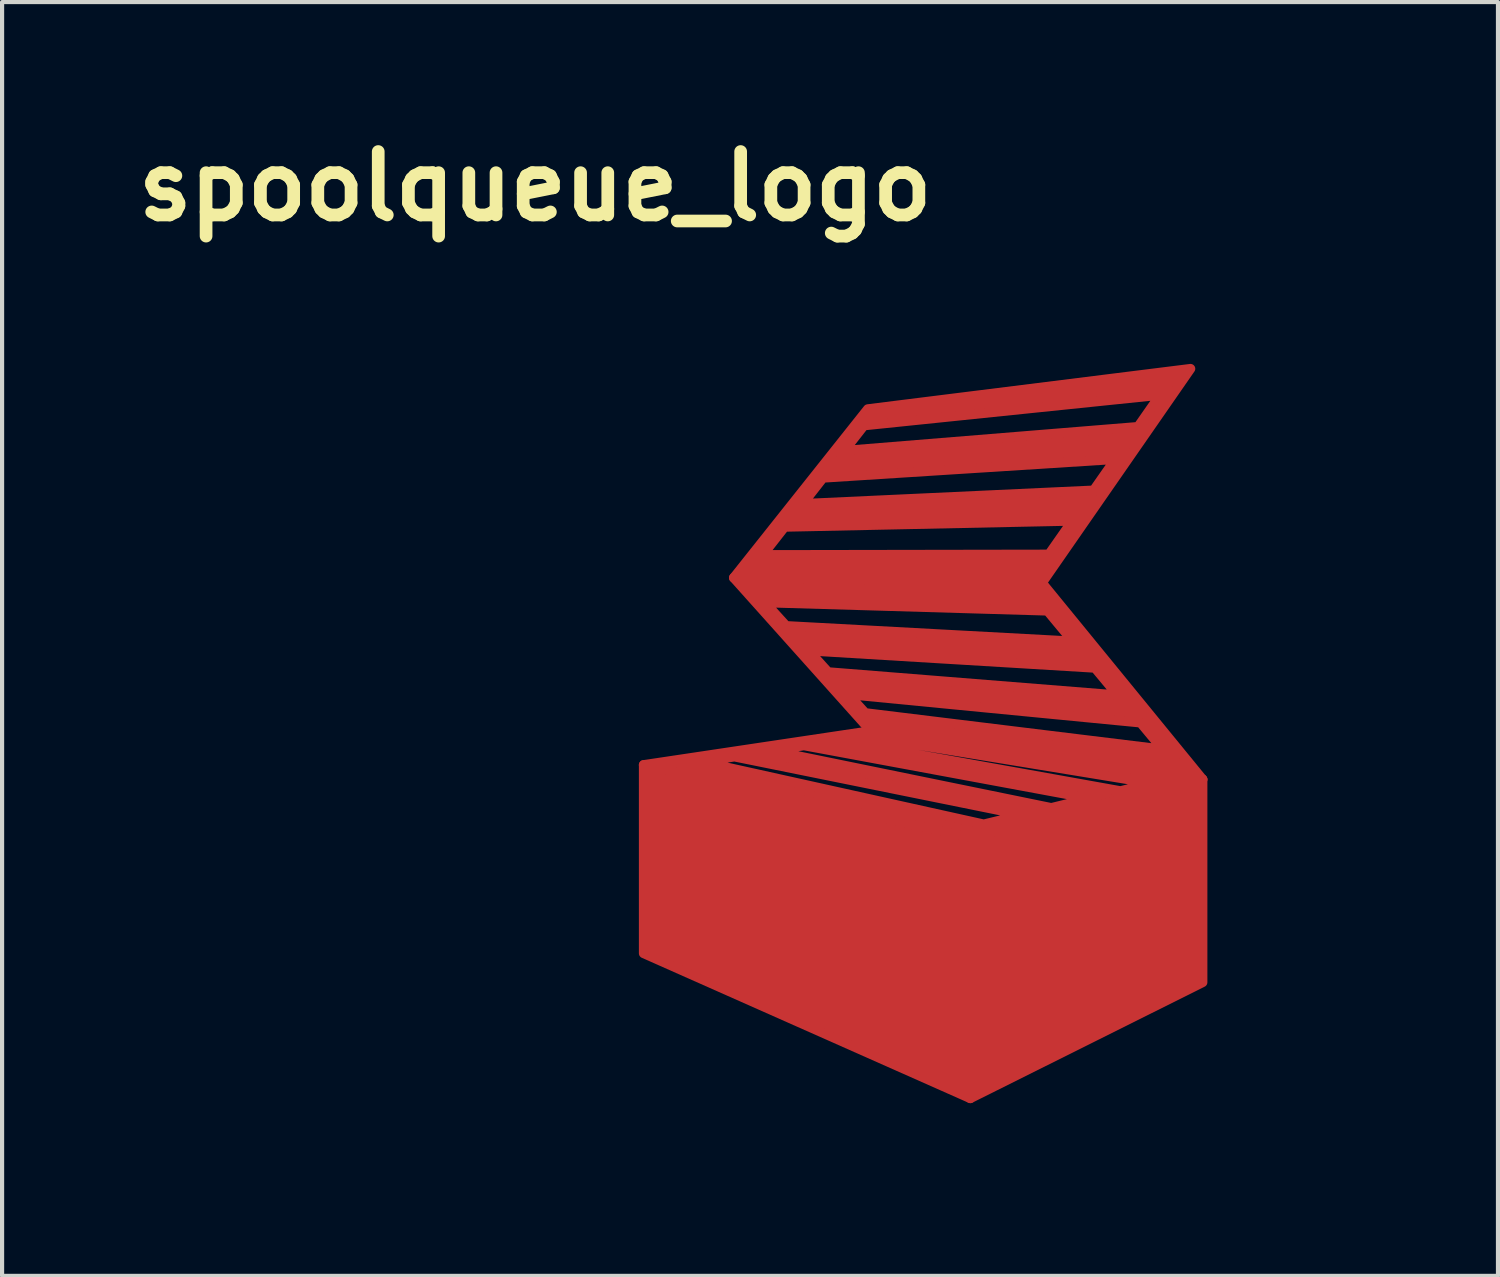
<source format=kicad_pcb>
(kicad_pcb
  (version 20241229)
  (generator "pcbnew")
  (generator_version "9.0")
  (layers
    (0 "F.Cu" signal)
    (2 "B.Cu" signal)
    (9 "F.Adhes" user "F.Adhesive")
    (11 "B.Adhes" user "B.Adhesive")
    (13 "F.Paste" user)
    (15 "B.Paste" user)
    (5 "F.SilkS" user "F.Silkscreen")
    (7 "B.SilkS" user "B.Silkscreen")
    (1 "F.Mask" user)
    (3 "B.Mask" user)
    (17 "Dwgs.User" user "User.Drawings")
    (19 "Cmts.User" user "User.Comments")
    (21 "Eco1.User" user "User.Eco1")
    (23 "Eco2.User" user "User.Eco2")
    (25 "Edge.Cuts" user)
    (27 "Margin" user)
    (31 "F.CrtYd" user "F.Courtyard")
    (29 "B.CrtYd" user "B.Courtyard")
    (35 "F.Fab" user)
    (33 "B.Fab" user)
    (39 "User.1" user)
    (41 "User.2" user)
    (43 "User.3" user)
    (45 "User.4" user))
  (footprint "spoolqueue_logo"
    (layer "F.Cu")
    (at 9.812 4.474)
    (property "Reference" "spoolqueue_logo" (at 0 -3.048 0) (layer "F.SilkS") (effects (font (size 1.524 1.524) (thickness 0.305))))
    (attr exclude_from_pos_files exclude_from_bom)
    (fp_poly (pts (xy 2.605 10.856) (xy 10.453 12.597) (xy 10.453 18.867) (xy 2.605 15.384) (xy 2.605 10.856)) (stroke (width 0.231) (type solid)) (fill yes) (layer "F.Cu"))
    (fp_poly (pts (xy 10.453 12.597) (xy 16.034 11.204) (xy 16.034 16.08) (xy 10.453 18.867) (xy 10.453 12.597)) (stroke (width 0.231) (type solid)) (fill yes) (layer "F.Cu"))
    (fp_poly (pts (xy 4.77 6.359) (xy 5.518 6.953) (xy 12.307 7.152) (xy 12.919 7.887) (xy 6.028 7.515) (xy 5.518 6.953) (xy 4.77 6.359) (xy 6.568 8.109) (xy 13.449 8.525) (xy 13.995 9.181) (xy 7.035 8.624) (xy 6.568 8.109) (xy 4.77 6.359) (xy 7.522 9.16) (xy 14.545 9.841) (xy 15.078 10.483) (xy 7.927 9.607) (xy 7.522 9.16) (xy 4.77 6.359) (xy 8.064 10.039) (xy 16.034 11.204) (xy 12.175 6.481) (xy 4.77 6.359)) (stroke (width 0.231) (type solid)) (fill yes) (layer "F.Cu"))
    (fp_poly (pts (xy 8.064 10.039) (xy 7.877 10.16) (xy 14.818 11.298) (xy 14.061 11.483) (xy 7.247 10.261) (xy 7.877 10.16) (xy 8.064 10.039) (xy 6.454 10.388) (xy 13.323 11.662) (xy 12.399 11.888) (xy 5.678 10.513) (xy 6.454 10.388) (xy 8.064 10.039) (xy 4.784 10.657) (xy 11.701 12.058) (xy 10.777 12.283) (xy 4.002 10.782) (xy 4.784 10.657) (xy 8.064 10.039) (xy 2.604 10.856) (xy 10.453 12.598) (xy 16.034 11.204) (xy 8.064 10.039)) (stroke (width 0.231) (type solid)) (fill yes) (layer "F.Cu"))
    (fp_poly (pts (xy 15.743 1.336) (xy 15.018 1.966) (xy 14.484 2.731) (xy 7.424 3.306) (xy 7.897 2.701) (xy 15.018 1.966) (xy 15.743 1.336) (xy 13.94 3.51) (xy 13.417 4.258) (xy 6.426 4.582) (xy 6.913 3.958) (xy 13.94 3.51) (xy 15.743 1.336) (xy 12.906 4.992) (xy 12.342 5.798) (xy 5.464 5.81) (xy 5.991 5.137) (xy 12.906 4.992) (xy 15.743 1.336) (xy 7.991 2.305) (xy 4.77 6.359) (xy 12.175 6.481) (xy 15.743 1.336)) (stroke (width 0.231) (type solid)) (fill yes) (layer "F.Cu"))
    (fp_poly (pts (xy 3 0) (xy 17 0) (xy 17.05 0.000409) (xy 17.1 0.002) (xy 17.15 0.004) (xy 17.2 0.006) (xy 17.249 0.01) (xy 17.298 0.015) (xy 17.347 0.02) (xy 17.396 0.026) (xy 17.444 0.032) (xy 17.493 0.04) (xy 17.541 0.048) (xy 17.588 0.057) (xy 17.636 0.067) (xy 17.683 0.077) (xy 17.73 0.089) (xy 17.776 0.101) (xy 17.822 0.113) (xy 17.868 0.127) (xy 17.914 0.141) (xy 17.959 0.155) (xy 18.004 0.171) (xy 18.049 0.187) (xy 18.093 0.204) (xy 18.137 0.221) (xy 18.181 0.24) (xy 18.224 0.258) (xy 18.267 0.278) (xy 18.309 0.298) (xy 18.352 0.319) (xy 18.393 0.34) (xy 18.435 0.362) (xy 18.476 0.385) (xy 18.516 0.408) (xy 18.557 0.432) (xy 18.596 0.457) (xy 18.636 0.482) (xy 18.675 0.508) (xy 18.713 0.534) (xy 18.751 0.561) (xy 18.789 0.588) (xy 18.826 0.616) (xy 18.863 0.645) (xy 18.899 0.674) (xy 18.935 0.704) (xy 18.97 0.734) (xy 19.005 0.765) (xy 19.04 0.796) (xy 19.073 0.828) (xy 19.107 0.86) (xy 19.14 0.893) (xy 19.172 0.927) (xy 19.204 0.96) (xy 19.235 0.995) (xy 19.266 1.03) (xy 19.296 1.065) (xy 19.326 1.101) (xy 19.355 1.137) (xy 19.384 1.174) (xy 19.412 1.211) (xy 19.439 1.249) (xy 19.466 1.287) (xy 19.492 1.325) (xy 19.518 1.364) (xy 19.543 1.404) (xy 19.568 1.443) (xy 19.592 1.484) (xy 19.615 1.524) (xy 19.638 1.565) (xy 19.66 1.607) (xy 19.681 1.648) (xy 19.702 1.691) (xy 19.722 1.733) (xy 19.742 1.776) (xy 19.76 1.819) (xy 19.779 1.863) (xy 19.796 1.907) (xy 19.813 1.951) (xy 19.829 1.996) (xy 19.845 2.041) (xy 19.859 2.086) (xy 19.873 2.132) (xy 19.887 2.178) (xy 19.899 2.224) (xy 19.911 2.27) (xy 19.923 2.317) (xy 19.933 2.364) (xy 19.943 2.412) (xy 19.952 2.459) (xy 19.96 2.507) (xy 19.968 2.556) (xy 19.974 2.604) (xy 19.98 2.653) (xy 19.985 2.702) (xy 19.99 2.751) (xy 19.994 2.8) (xy 19.996 2.85) (xy 19.998 2.9) (xy 20 2.95) (xy 20 3) (xy 20 17) (xy 20 17.05) (xy 19.998 17.1) (xy 19.996 17.15) (xy 19.994 17.2) (xy 19.99 17.249) (xy 19.985 17.298) (xy 19.98 17.347) (xy 19.974 17.396) (xy 19.968 17.444) (xy 19.96 17.493) (xy 19.952 17.541) (xy 19.943 17.588) (xy 19.933 17.636) (xy 19.923 17.683) (xy 19.911 17.73) (xy 19.899 17.776) (xy 19.887 17.822) (xy 19.873 17.868) (xy 19.859 17.914) (xy 19.845 17.959) (xy 19.829 18.004) (xy 19.813 18.049) (xy 19.796 18.093) (xy 19.779 18.137) (xy 19.76 18.181) (xy 19.742 18.224) (xy 19.722 18.267) (xy 19.702 18.309) (xy 19.681 18.352) (xy 19.66 18.393) (xy 19.638 18.435) (xy 19.615 18.476) (xy 19.592 18.516) (xy 19.568 18.557) (xy 19.543 18.596) (xy 19.518 18.636) (xy 19.492 18.675) (xy 19.466 18.713) (xy 19.439 18.751) (xy 19.412 18.789) (xy 19.384 18.826) (xy 19.355 18.863) (xy 19.326 18.899) (xy 19.296 18.935) (xy 19.266 18.97) (xy 19.235 19.005) (xy 19.204 19.04) (xy 19.172 19.073) (xy 19.14 19.107) (xy 19.107 19.14) (xy 19.073 19.172) (xy 19.04 19.204) (xy 19.005 19.235) (xy 18.97 19.266) (xy 18.935 19.296) (xy 18.899 19.326) (xy 18.863 19.355) (xy 18.826 19.384) (xy 18.789 19.412) (xy 18.751 19.439) (xy 18.713 19.466) (xy 18.675 19.492) (xy 18.636 19.518) (xy 18.596 19.543) (xy 18.557 19.568) (xy 18.516 19.592) (xy 18.476 19.615) (xy 18.435 19.638) (xy 18.393 19.66) (xy 18.352 19.681) (xy 18.309 19.702) (xy 18.267 19.722) (xy 18.224 19.742) (xy 18.181 19.76) (xy 18.137 19.779) (xy 18.093 19.796) (xy 18.049 19.813) (xy 18.004 19.829) (xy 17.959 19.845) (xy 17.914 19.859) (xy 17.868 19.873) (xy 17.822 19.887) (xy 17.776 19.899) (xy 17.73 19.911) (xy 17.683 19.923) (xy 17.636 19.933) (xy 17.588 19.943) (xy 17.541 19.952) (xy 17.493 19.96) (xy 17.444 19.968) (xy 17.396 19.974) (xy 17.347 19.98) (xy 17.298 19.985) (xy 17.249 19.99) (xy 17.2 19.994) (xy 17.15 19.996) (xy 17.1 19.998) (xy 17.05 20) (xy 17 20) (xy 3 20) (xy 2.95 20) (xy 2.9 19.998) (xy 2.85 19.996) (xy 2.8 19.994) (xy 2.751 19.99) (xy 2.702 19.985) (xy 2.653 19.98) (xy 2.604 19.974) (xy 2.556 19.968) (xy 2.507 19.96) (xy 2.459 19.952) (xy 2.412 19.943) (xy 2.364 19.933) (xy 2.317 19.923) (xy 2.27 19.911) (xy 2.224 19.899) (xy 2.178 19.887) (xy 2.132 19.873) (xy 2.086 19.859) (xy 2.041 19.845) (xy 1.996 19.829) (xy 1.951 19.813) (xy 1.907 19.796) (xy 1.863 19.779) (xy 1.819 19.76) (xy 1.776 19.742) (xy 1.733 19.722) (xy 1.691 19.702) (xy 1.648 19.681) (xy 1.607 19.66) (xy 1.565 19.638) (xy 1.524 19.615) (xy 1.484 19.592) (xy 1.443 19.568) (xy 1.404 19.543) (xy 1.364 19.518) (xy 1.325 19.492) (xy 1.287 19.466) (xy 1.249 19.439) (xy 1.211 19.412) (xy 1.174 19.384) (xy 1.137 19.355) (xy 1.101 19.326) (xy 1.065 19.296) (xy 1.03 19.266) (xy 0.995 19.235) (xy 0.96 19.204) (xy 0.927 19.172) (xy 0.893 19.14) (xy 0.86 19.107) (xy 0.828 19.073) (xy 0.796 19.04) (xy 0.765 19.005) (xy 0.734 18.97) (xy 0.704 18.935) (xy 0.674 18.899) (xy 0.645 18.863) (xy 0.616 18.826) (xy 0.588 18.789) (xy 0.561 18.751) (xy 0.534 18.713) (xy 0.508 18.675) (xy 0.482 18.636) (xy 0.457 18.596) (xy 0.432 18.557) (xy 0.408 18.516) (xy 0.385 18.476) (xy 0.362 18.435) (xy 0.34 18.393) (xy 0.319 18.352) (xy 0.298 18.309) (xy 0.278 18.267) (xy 0.258 18.224) (xy 0.24 18.181) (xy 0.221 18.137) (xy 0.204 18.093) (xy 0.187 18.049) (xy 0.171 18.004) (xy 0.155 17.959) (xy 0.141 17.914) (xy 0.127 17.868) (xy 0.113 17.822) (xy 0.101 17.776) (xy 0.089 17.73) (xy 0.077 17.683) (xy 0.067 17.636) (xy 0.057 17.588) (xy 0.048 17.541) (xy 0.04 17.493) (xy 0.032 17.444) (xy 0.026 17.396) (xy 0.02 17.347) (xy 0.015 17.298) (xy 0.01 17.249) (xy 0.006 17.2) (xy 0.004 17.15) (xy 0.002 17.1) (xy 0.000409 17.05) (xy 0 17) (xy 0 3) (xy 0.000409 2.95) (xy 0.002 2.9) (xy 0.004 2.85) (xy 0.006 2.8) (xy 0.01 2.751) (xy 0.015 2.702) (xy 0.02 2.653) (xy 0.026 2.604) (xy 0.032 2.556) (xy 0.04 2.507) (xy 0.048 2.459) (xy 0.057 2.412) (xy 0.067 2.364) (xy 0.077 2.317) (xy 0.089 2.27) (xy 0.101 2.224) (xy 0.113 2.178) (xy 0.127 2.132) (xy 0.141 2.086) (xy 0.155 2.041) (xy 0.171 1.996) (xy 0.187 1.951) (xy 0.204 1.907) (xy 0.221 1.863) (xy 0.24 1.819) (xy 0.258 1.776) (xy 0.278 1.733) (xy 0.298 1.691) (xy 0.319 1.648) (xy 0.34 1.607) (xy 0.362 1.565) (xy 0.385 1.524) (xy 0.408 1.484) (xy 0.432 1.443) (xy 0.457 1.404) (xy 0.482 1.364) (xy 0.508 1.325) (xy 0.534 1.287) (xy 0.561 1.249) (xy 0.588 1.211) (xy 0.616 1.174) (xy 0.645 1.137) (xy 0.674 1.101) (xy 0.704 1.065) (xy 0.734 1.03) (xy 0.765 0.995) (xy 0.796 0.96) (xy 0.828 0.927) (xy 0.86 0.893) (xy 0.893 0.86) (xy 0.927 0.828) (xy 0.96 0.796) (xy 0.995 0.765) (xy 1.03 0.734) (xy 1.065 0.704) (xy 1.101 0.674) (xy 1.137 0.645) (xy 1.174 0.616) (xy 1.211 0.588) (xy 1.249 0.561) (xy 1.287 0.534) (xy 1.325 0.508) (xy 1.364 0.482) (xy 1.404 0.457) (xy 1.443 0.432) (xy 1.484 0.408) (xy 1.524 0.385) (xy 1.565 0.362) (xy 1.607 0.34) (xy 1.648 0.319) (xy 1.691 0.298) (xy 1.733 0.278) (xy 1.776 0.258) (xy 1.819 0.24) (xy 1.863 0.221) (xy 1.907 0.204) (xy 1.951 0.187) (xy 1.996 0.171) (xy 2.041 0.155) (xy 2.086 0.141) (xy 2.132 0.127) (xy 2.178 0.113) (xy 2.224 0.101) (xy 2.27 0.089) (xy 2.317 0.077) (xy 2.364 0.067) (xy 2.412 0.057) (xy 2.459 0.048) (xy 2.507 0.04) (xy 2.556 0.032) (xy 2.604 0.026) (xy 2.653 0.02) (xy 2.702 0.015) (xy 2.751 0.01) (xy 2.8 0.006) (xy 2.85 0.004) (xy 2.9 0.002) (xy 2.95 0.000409) (xy 3 0)) (stroke (width 0.265) (type solid)) (fill yes) (layer "F.Mask")))
  (gr_rect
    (start -3 -3)
    (end 32.944 27.607)
    (stroke (width 0.1) (type default))
    (fill no)
    (layer "Edge.Cuts")))
</source>
